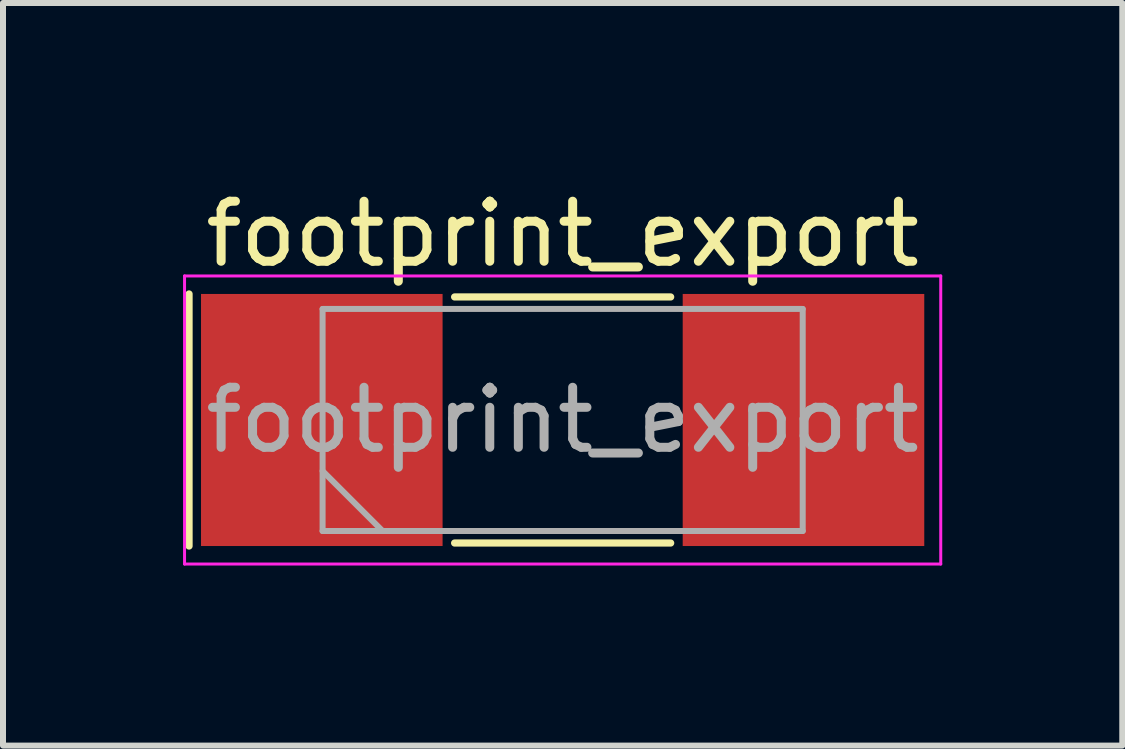
<source format=kicad_pcb>
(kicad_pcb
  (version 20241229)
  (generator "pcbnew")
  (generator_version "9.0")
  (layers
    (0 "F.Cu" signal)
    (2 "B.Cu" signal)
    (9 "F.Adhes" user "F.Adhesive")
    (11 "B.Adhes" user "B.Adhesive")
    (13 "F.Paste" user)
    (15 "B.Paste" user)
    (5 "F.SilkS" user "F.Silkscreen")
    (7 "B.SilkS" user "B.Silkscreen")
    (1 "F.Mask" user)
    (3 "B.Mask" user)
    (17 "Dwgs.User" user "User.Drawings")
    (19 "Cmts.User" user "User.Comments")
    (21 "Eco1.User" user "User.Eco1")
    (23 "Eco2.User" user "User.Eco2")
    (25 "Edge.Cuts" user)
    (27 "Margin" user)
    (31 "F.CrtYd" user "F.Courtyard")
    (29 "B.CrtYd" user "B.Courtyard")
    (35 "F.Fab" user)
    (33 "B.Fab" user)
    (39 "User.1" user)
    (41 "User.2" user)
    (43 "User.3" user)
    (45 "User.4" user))
  (footprint "footprint_export"
    (layer "F.Cu")
    (at 6.325 3.948)
    (property "Reference" "footprint_export" (at 0 -3.1 0) (layer "F.SilkS") (effects (font (size 1 1) (thickness 0.15))))
    (attr smd)
    (fp_line (start -6.225 -2.1) (end -6.225 2.1) (stroke (width 0.12) (type solid)) (layer "F.SilkS"))
    (fp_line (start -1.8 -2.05) (end 1.8 -2.05) (stroke (width 0.12) (type solid)) (layer "F.SilkS"))
    (fp_line (start -1.8 2.05) (end 1.8 2.05) (stroke (width 0.12) (type solid)) (layer "F.SilkS"))
    (fp_line (start -6.3 -2.4) (end -6.3 2.4) (stroke (width 0.05) (type solid)) (layer "F.CrtYd"))
    (fp_line (start -6.3 2.4) (end 6.3 2.4) (stroke (width 0.05) (type solid)) (layer "F.CrtYd"))
    (fp_line (start 6.3 -2.4) (end -6.3 -2.4) (stroke (width 0.05) (type solid)) (layer "F.CrtYd"))
    (fp_line (start 6.3 2.4) (end 6.3 -2.4) (stroke (width 0.05) (type solid)) (layer "F.CrtYd"))
    (fp_line (start -4 -1.85) (end -4 1.85) (stroke (width 0.1) (type solid)) (layer "F.Fab"))
    (fp_line (start -4 0.85) (end -3 1.85) (stroke (width 0.1) (type solid)) (layer "F.Fab"))
    (fp_line (start -4 1.85) (end 4 1.85) (stroke (width 0.1) (type solid)) (layer "F.Fab"))
    (fp_line (start 4 -1.85) (end -4 -1.85) (stroke (width 0.1) (type solid)) (layer "F.Fab"))
    (fp_line (start 4 1.85) (end 4 -1.85) (stroke (width 0.1) (type solid)) (layer "F.Fab"))
    (fp_text user "${REFERENCE}" (at 0 0 0) (layer "F.Fab") (effects (font (size 1 1) (thickness 0.15))))
    (pad "1" smd rect (at -4.013 0) (size 4.025 4.2) (layers "F.Cu" "F.Mask" "F.Paste"))
    (pad "2" smd rect (at 4.013 0) (size 4.025 4.2) (layers "F.Cu" "F.Mask" "F.Paste")))
  (gr_rect
    (start -3 -3)
    (end 15.65 9.373)
    (stroke (width 0.1) (type default))
    (fill no)
    (layer "Edge.Cuts")))
</source>
